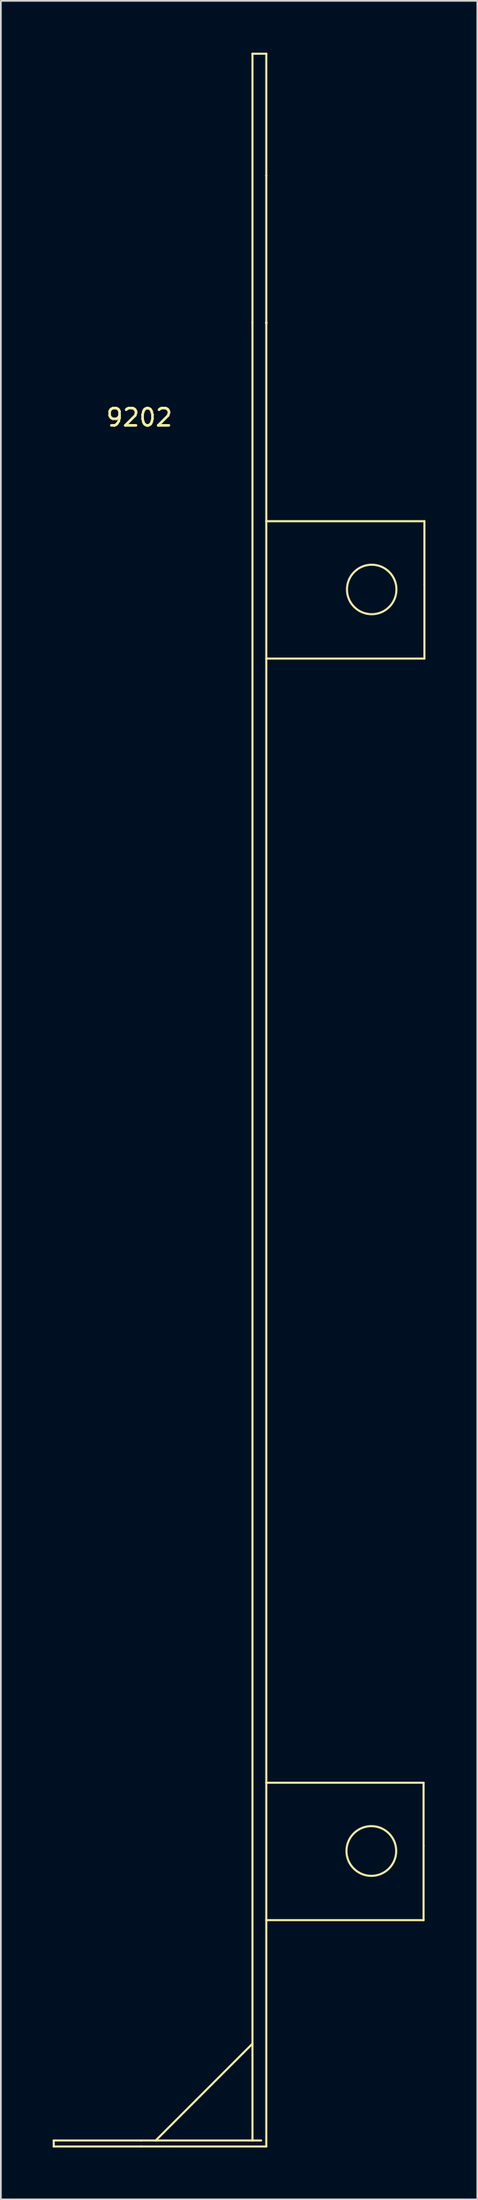
<source format=kicad_pcb>
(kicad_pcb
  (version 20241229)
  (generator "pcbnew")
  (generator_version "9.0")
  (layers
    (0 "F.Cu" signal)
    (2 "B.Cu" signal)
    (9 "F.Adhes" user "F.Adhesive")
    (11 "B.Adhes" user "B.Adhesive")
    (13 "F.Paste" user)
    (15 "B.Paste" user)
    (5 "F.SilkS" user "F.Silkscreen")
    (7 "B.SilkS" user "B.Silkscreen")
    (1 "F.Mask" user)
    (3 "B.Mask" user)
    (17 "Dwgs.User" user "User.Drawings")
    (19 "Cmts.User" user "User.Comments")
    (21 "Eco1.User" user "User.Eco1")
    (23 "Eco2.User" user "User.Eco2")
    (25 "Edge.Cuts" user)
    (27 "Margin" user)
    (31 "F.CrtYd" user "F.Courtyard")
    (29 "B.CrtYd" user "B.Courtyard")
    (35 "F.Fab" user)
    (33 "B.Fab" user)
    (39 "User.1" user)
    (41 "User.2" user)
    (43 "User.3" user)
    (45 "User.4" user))
  (footprint "9202"
    (layer "F.Cu")
    (at 5.01 20.61)
    (property "Reference" "9202" (at 0 0.5 0) (layer "F.SilkS") (effects (font (size 1 1) (thickness 0.15))))
    (attr through_hole)
    (fp_line (start -4.95 100.2) (end 0.1 100.2) (stroke (width 0.12) (type solid)) (layer "F.SilkS"))
    (fp_line (start -4.95 100.55) (end -4.95 100.2) (stroke (width 0.12) (type solid)) (layer "F.SilkS"))
    (fp_line (start 0.1 100.2) (end 7.05 100.2) (stroke (width 0.12) (type solid)) (layer "F.SilkS"))
    (fp_line (start 0.1 100.55) (end -4.95 100.55) (stroke (width 0.12) (type solid)) (layer "F.SilkS"))
    (fp_line (start 0.1 100.55) (end 7.35 100.55) (stroke (width 0.12) (type solid)) (layer "F.SilkS"))
    (fp_line (start 3.3 97.85) (end 0.95 100.2) (stroke (width 0.12) (type solid)) (layer "F.SilkS"))
    (fp_line (start 6 95.15) (end 3.3 97.85) (stroke (width 0.12) (type solid)) (layer "F.SilkS"))
    (fp_line (start 6 95.15) (end 6.55 94.6) (stroke (width 0.12) (type solid)) (layer "F.SilkS"))
    (fp_line (start 6.55 -5) (end 6.55 -20.55) (stroke (width 0.12) (type solid)) (layer "F.SilkS"))
    (fp_line (start 6.55 -5) (end 6.55 100.2) (stroke (width 0.12) (type solid)) (layer "F.SilkS"))
    (fp_line (start 7.35 -20.55) (end 6.55 -20.55) (stroke (width 0.12) (type solid)) (layer "F.SilkS"))
    (fp_line (start 7.35 -13.5) (end 7.35 -20.55) (stroke (width 0.12) (type solid)) (layer "F.SilkS"))
    (fp_line (start 7.35 -13.5) (end 7.35 -5) (stroke (width 0.12) (type solid)) (layer "F.SilkS"))
    (fp_line (start 7.35 -5) (end 7.35 -4.95) (stroke (width 0.12) (type solid)) (layer "F.SilkS"))
    (fp_line (start 7.35 -5) (end 7.35 100.55) (stroke (width 0.12) (type solid)) (layer "F.SilkS"))
    (fp_line (start 7.35 6.5) (end 16.5 6.5) (stroke (width 0.12) (type solid)) (layer "F.SilkS"))
    (fp_line (start 7.35 14.45) (end 16.5 14.45) (stroke (width 0.12) (type solid)) (layer "F.SilkS"))
    (fp_line (start 7.35 79.5) (end 16.45 79.5) (stroke (width 0.12) (type solid)) (layer "F.SilkS"))
    (fp_line (start 7.35 87.45) (end 16.45 87.45) (stroke (width 0.12) (type solid)) (layer "F.SilkS"))
    (fp_line (start 16.45 83.15) (end 16.45 79.5) (stroke (width 0.12) (type solid)) (layer "F.SilkS"))
    (fp_line (start 16.45 83.15) (end 16.45 87.45) (stroke (width 0.12) (type solid)) (layer "F.SilkS"))
    (fp_line (start 16.5 10.15) (end 16.5 6.5) (stroke (width 0.12) (type solid)) (layer "F.SilkS"))
    (fp_line (start 16.5 10.15) (end 16.5 14.45) (stroke (width 0.12) (type solid)) (layer "F.SilkS"))
    (fp_circle (center 13.428 83.45) (end 14.55 82.55) (stroke (width 0.12) (type solid)) (fill no) (layer "F.SilkS"))
    (fp_circle (center 13.45 10.45) (end 14.85 10.15) (stroke (width 0.12) (type solid)) (fill no) (layer "F.SilkS")))
  (gr_rect
    (start -3 -3)
    (end 24.57 124.22)
    (stroke (width 0.1) (type default))
    (fill no)
    (layer "Edge.Cuts")))
</source>
